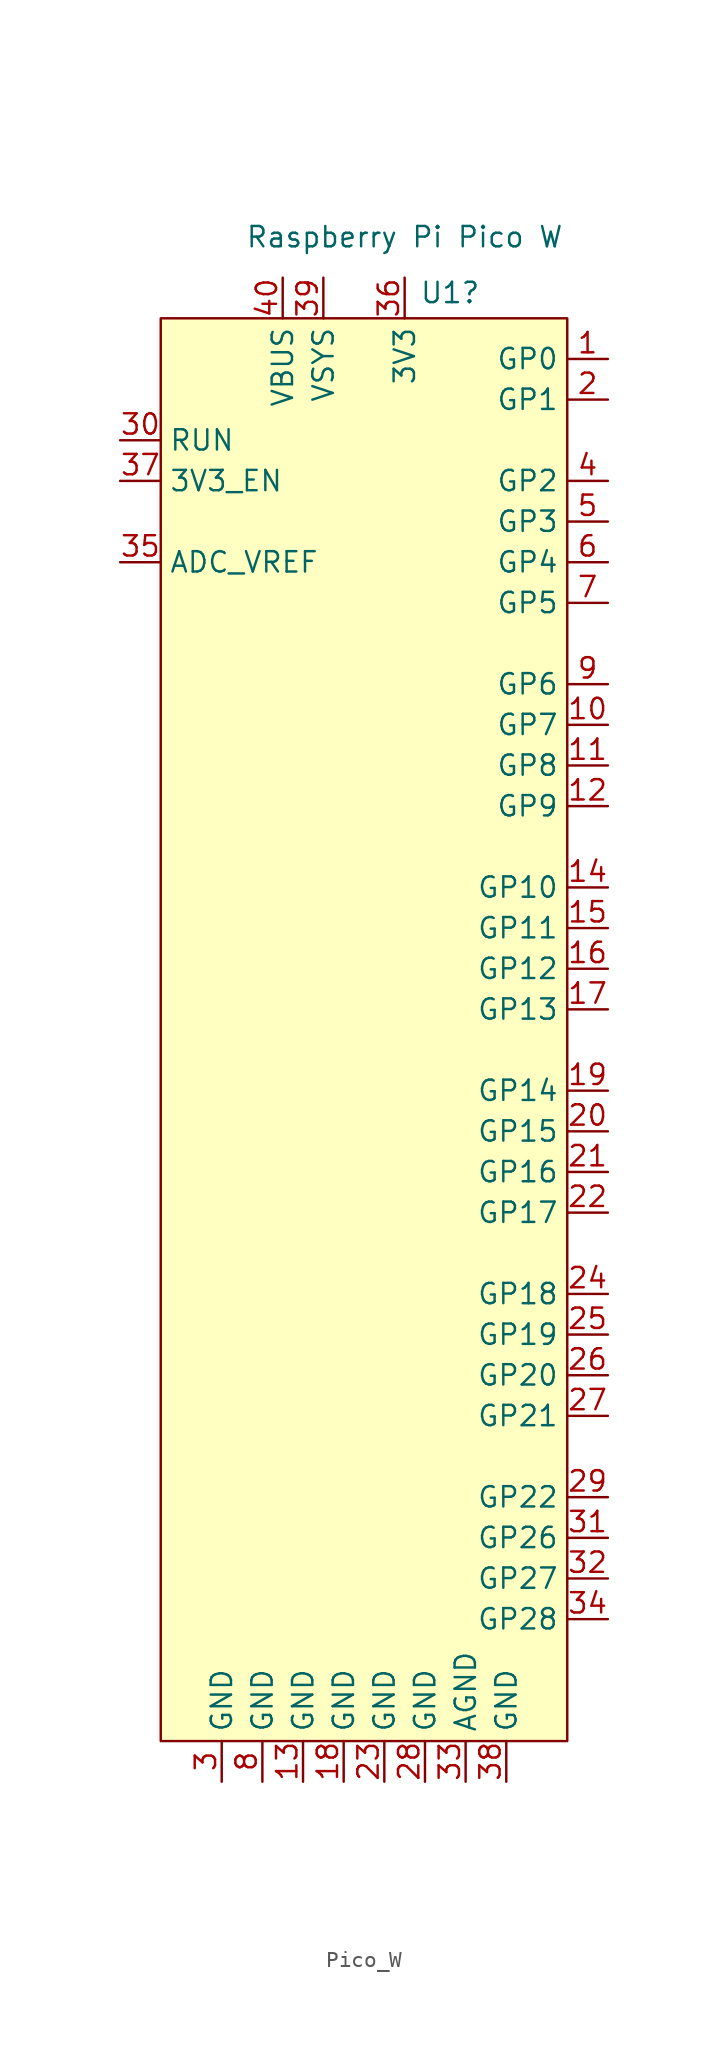
<source format=kicad_sym>
(kicad_symbol_lib
  (version 20220914)
  (generator kicad_symbol_editor)
  (symbol "Pico_W"
    (property "Reference" "U1"
      (at 3.464 -0.947 0)
      (effects (font (size 1.27 1.27)) (justify left)))
    (property "Value" "Raspberry Pi Pico W"
      (at 2.54 2.54 0)
      (effects (font (size 1.27 1.27))))
    (symbol "Pico_W_1_1"
      (rectangle (start -12.7 -2.54) (end 12.7 -91.44) (stroke (width 0) (type default)) (fill (type background)))
      (pin bidirectional line (at 15.24 -5.08 180) (length 2.54) (name "GP0" (effects (font (size 1.27 1.27)))) (number "1" (effects (font (size 1.27 1.27)))))
      (pin bidirectional line (at 15.24 -27.94 180) (length 2.54) (name "GP7" (effects (font (size 1.27 1.27)))) (number "10" (effects (font (size 1.27 1.27)))))
      (pin bidirectional line (at 15.24 -30.48 180) (length 2.54) (name "GP8" (effects (font (size 1.27 1.27)))) (number "11" (effects (font (size 1.27 1.27)))))
      (pin bidirectional line (at 15.24 -33.02 180) (length 2.54) (name "GP9" (effects (font (size 1.27 1.27)))) (number "12" (effects (font (size 1.27 1.27)))))
      (pin passive line (at -3.81 -93.98 90) (length 2.54) (name "GND" (effects (font (size 1.27 1.27)))) (number "13" (effects (font (size 1.27 1.27)))))
      (pin bidirectional line (at 15.24 -38.1 180) (length 2.54) (name "GP10" (effects (font (size 1.27 1.27)))) (number "14" (effects (font (size 1.27 1.27)))))
      (pin bidirectional line (at 15.24 -40.64 180) (length 2.54) (name "GP11" (effects (font (size 1.27 1.27)))) (number "15" (effects (font (size 1.27 1.27)))))
      (pin bidirectional line (at 15.24 -43.18 180) (length 2.54) (name "GP12" (effects (font (size 1.27 1.27)))) (number "16" (effects (font (size 1.27 1.27)))))
      (pin bidirectional line (at 15.24 -45.72 180) (length 2.54) (name "GP13" (effects (font (size 1.27 1.27)))) (number "17" (effects (font (size 1.27 1.27)))))
      (pin passive line (at -1.27 -93.98 90) (length 2.54) (name "GND" (effects (font (size 1.27 1.27)))) (number "18" (effects (font (size 1.27 1.27)))))
      (pin bidirectional line (at 15.24 -50.8 180) (length 2.54) (name "GP14" (effects (font (size 1.27 1.27)))) (number "19" (effects (font (size 1.27 1.27)))))
      (pin bidirectional line (at 15.24 -7.62 180) (length 2.54) (name "GP1" (effects (font (size 1.27 1.27)))) (number "2" (effects (font (size 1.27 1.27)))))
      (pin bidirectional line (at 15.24 -53.34 180) (length 2.54) (name "GP15" (effects (font (size 1.27 1.27)))) (number "20" (effects (font (size 1.27 1.27)))))
      (pin bidirectional line (at 15.24 -55.88 180) (length 2.54) (name "GP16" (effects (font (size 1.27 1.27)))) (number "21" (effects (font (size 1.27 1.27)))))
      (pin bidirectional line (at 15.24 -58.42 180) (length 2.54) (name "GP17" (effects (font (size 1.27 1.27)))) (number "22" (effects (font (size 1.27 1.27)))))
      (pin passive line (at 1.27 -93.98 90) (length 2.54) (name "GND" (effects (font (size 1.27 1.27)))) (number "23" (effects (font (size 1.27 1.27)))))
      (pin bidirectional line (at 15.24 -63.5 180) (length 2.54) (name "GP18" (effects (font (size 1.27 1.27)))) (number "24" (effects (font (size 1.27 1.27)))))
      (pin bidirectional line (at 15.24 -66.04 180) (length 2.54) (name "GP19" (effects (font (size 1.27 1.27)))) (number "25" (effects (font (size 1.27 1.27)))))
      (pin bidirectional line (at 15.24 -68.58 180) (length 2.54) (name "GP20" (effects (font (size 1.27 1.27)))) (number "26" (effects (font (size 1.27 1.27)))))
      (pin bidirectional line (at 15.24 -71.12 180) (length 2.54) (name "GP21" (effects (font (size 1.27 1.27)))) (number "27" (effects (font (size 1.27 1.27)))))
      (pin passive line (at 3.81 -93.98 90) (length 2.54) (name "GND" (effects (font (size 1.27 1.27)))) (number "28" (effects (font (size 1.27 1.27)))))
      (pin bidirectional line (at 15.24 -76.2 180) (length 2.54) (name "GP22" (effects (font (size 1.27 1.27)))) (number "29" (effects (font (size 1.27 1.27)))))
      (pin passive line (at -8.89 -93.98 90) (length 2.54) (name "GND" (effects (font (size 1.27 1.27)))) (number "3" (effects (font (size 1.27 1.27)))))
      (pin input line (at -15.24 -10.16 0) (length 2.54) (name "RUN" (effects (font (size 1.27 1.27)))) (number "30" (effects (font (size 1.27 1.27)))))
      (pin bidirectional line (at 15.24 -78.74 180) (length 2.54) (name "GP26" (effects (font (size 1.27 1.27)))) (number "31" (effects (font (size 1.27 1.27)))))
      (pin bidirectional line (at 15.24 -81.28 180) (length 2.54) (name "GP27" (effects (font (size 1.27 1.27)))) (number "32" (effects (font (size 1.27 1.27)))))
      (pin passive line (at 6.35 -93.98 90) (length 2.54) (name "AGND" (effects (font (size 1.27 1.27)))) (number "33" (effects (font (size 1.27 1.27)))))
      (pin bidirectional line (at 15.24 -83.82 180) (length 2.54) (name "GP28" (effects (font (size 1.27 1.27)))) (number "34" (effects (font (size 1.27 1.27)))))
      (pin passive line (at -15.24 -17.78 0) (length 2.54) (name "ADC_VREF" (effects (font (size 1.27 1.27)))) (number "35" (effects (font (size 1.27 1.27)))))
      (pin power_out line (at 2.54 0 270) (length 2.54) (name "3V3" (effects (font (size 1.27 1.27)))) (number "36" (effects (font (size 1.27 1.27)))))
      (pin input line (at -15.24 -12.7 0) (length 2.54) (name "3V3_EN" (effects (font (size 1.27 1.27)))) (number "37" (effects (font (size 1.27 1.27)))))
      (pin passive line (at 8.89 -93.98 90) (length 2.54) (name "GND" (effects (font (size 1.27 1.27)))) (number "38" (effects (font (size 1.27 1.27)))))
      (pin passive line (at -2.54 0 270) (length 2.54) (name "VSYS" (effects (font (size 1.27 1.27)))) (number "39" (effects (font (size 1.27 1.27)))))
      (pin bidirectional line (at 15.24 -12.7 180) (length 2.54) (name "GP2" (effects (font (size 1.27 1.27)))) (number "4" (effects (font (size 1.27 1.27)))))
      (pin passive line (at -5.08 0 270) (length 2.54) (name "VBUS" (effects (font (size 1.27 1.27)))) (number "40" (effects (font (size 1.27 1.27)))))
      (pin bidirectional line (at 15.24 -15.24 180) (length 2.54) (name "GP3" (effects (font (size 1.27 1.27)))) (number "5" (effects (font (size 1.27 1.27)))))
      (pin bidirectional line (at 15.24 -17.78 180) (length 2.54) (name "GP4" (effects (font (size 1.27 1.27)))) (number "6" (effects (font (size 1.27 1.27)))))
      (pin bidirectional line (at 15.24 -20.32 180) (length 2.54) (name "GP5" (effects (font (size 1.27 1.27)))) (number "7" (effects (font (size 1.27 1.27)))))
      (pin passive line (at -6.35 -93.98 90) (length 2.54) (name "GND" (effects (font (size 1.27 1.27)))) (number "8" (effects (font (size 1.27 1.27)))))
      (pin bidirectional line (at 15.24 -25.4 180) (length 2.54) (name "GP6" (effects (font (size 1.27 1.27)))) (number "9" (effects (font (size 1.27 1.27))))))))
</source>
